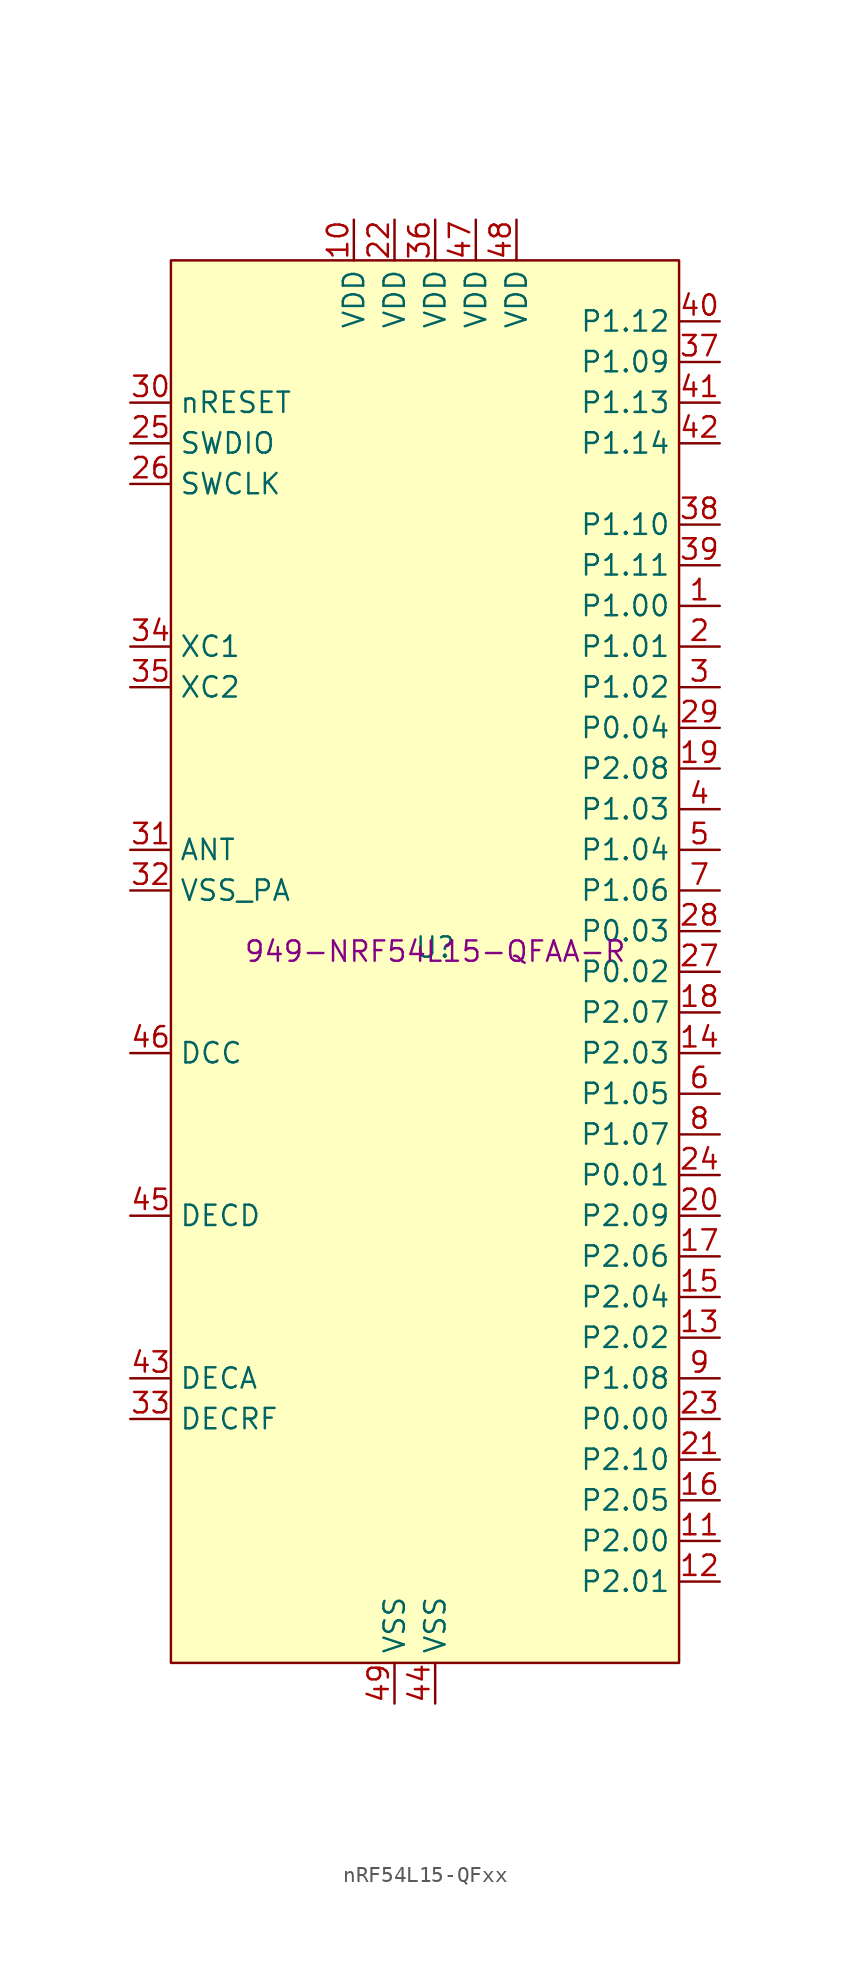
<source format=kicad_sym>
(kicad_symbol_lib
  (version 20231120)
  (generator "kicad_symbol_editor")
  (generator_version "8.0")
  (symbol "nRF54L15-QFxx"
    (property "Reference" "U"
      (at 0 0.254 0)
      (effects (font (size 1.27 1.27))))
    (property "Value" ""
      (at 17.78 21.59 0)
      (effects (font (size 1.27 1.27))))
    (property "MNR" " 949-NRF54L15-QFAA-R "
      (at 0 0 0)
      (effects (font (size 1.27 1.27))))
    (symbol "nRF54L15-QFxx_0_0"
      (pin unspecified line (at 17.78 21.59 180) (length 2.54) (name "P1.00" (effects (font (size 1.27 1.27)))) (number "1" (effects (font (size 1.27 1.27)))))
      (pin unspecified line (at -5.08 45.72 270) (length 2.54) (name "VDD" (effects (font (size 1.27 1.27)))) (number "10" (effects (font (size 1.27 1.27)))))
      (pin unspecified line (at 17.78 -36.83 180) (length 2.54) (name "P2.00" (effects (font (size 1.27 1.27)))) (number "11" (effects (font (size 1.27 1.27)))))
      (pin unspecified line (at 17.78 -39.37 180) (length 2.54) (name "P2.01" (effects (font (size 1.27 1.27)))) (number "12" (effects (font (size 1.27 1.27)))))
      (pin unspecified line (at 17.78 -24.13 180) (length 2.54) (name "P2.02" (effects (font (size 1.27 1.27)))) (number "13" (effects (font (size 1.27 1.27)))))
      (pin unspecified line (at 17.78 -6.35 180) (length 2.54) (name "P2.03" (effects (font (size 1.27 1.27)))) (number "14" (effects (font (size 1.27 1.27)))))
      (pin unspecified line (at 17.78 -21.59 180) (length 2.54) (name "P2.04" (effects (font (size 1.27 1.27)))) (number "15" (effects (font (size 1.27 1.27)))))
      (pin unspecified line (at 17.78 -34.29 180) (length 2.54) (name "P2.05" (effects (font (size 1.27 1.27)))) (number "16" (effects (font (size 1.27 1.27)))))
      (pin unspecified line (at 17.78 -19.05 180) (length 2.54) (name "P2.06" (effects (font (size 1.27 1.27)))) (number "17" (effects (font (size 1.27 1.27)))))
      (pin unspecified line (at 17.78 -3.81 180) (length 2.54) (name "P2.07" (effects (font (size 1.27 1.27)))) (number "18" (effects (font (size 1.27 1.27)))))
      (pin unspecified line (at 17.78 11.43 180) (length 2.54) (name "P2.08" (effects (font (size 1.27 1.27)))) (number "19" (effects (font (size 1.27 1.27)))))
      (pin unspecified line (at 17.78 19.05 180) (length 2.54) (name "P1.01" (effects (font (size 1.27 1.27)))) (number "2" (effects (font (size 1.27 1.27)))))
      (pin unspecified line (at 17.78 -16.51 180) (length 2.54) (name "P2.09" (effects (font (size 1.27 1.27)))) (number "20" (effects (font (size 1.27 1.27)))))
      (pin unspecified line (at 17.78 -31.75 180) (length 2.54) (name "P2.10" (effects (font (size 1.27 1.27)))) (number "21" (effects (font (size 1.27 1.27)))))
      (pin unspecified line (at -2.54 45.72 270) (length 2.54) (name "VDD" (effects (font (size 1.27 1.27)))) (number "22" (effects (font (size 1.27 1.27)))))
      (pin unspecified line (at 17.78 -29.21 180) (length 2.54) (name "P0.00" (effects (font (size 1.27 1.27)))) (number "23" (effects (font (size 1.27 1.27)))))
      (pin unspecified line (at 17.78 -13.97 180) (length 2.54) (name "P0.01" (effects (font (size 1.27 1.27)))) (number "24" (effects (font (size 1.27 1.27)))))
      (pin unspecified line (at -19.05 31.75 0) (length 2.54) (name "SWDIO" (effects (font (size 1.27 1.27)))) (number "25" (effects (font (size 1.27 1.27)))))
      (pin unspecified line (at -19.05 29.21 0) (length 2.54) (name "SWCLK" (effects (font (size 1.27 1.27)))) (number "26" (effects (font (size 1.27 1.27)))))
      (pin unspecified line (at 17.78 -1.27 180) (length 2.54) (name "P0.02" (effects (font (size 1.27 1.27)))) (number "27" (effects (font (size 1.27 1.27)))))
      (pin unspecified line (at 17.78 1.27 180) (length 2.54) (name "P0.03" (effects (font (size 1.27 1.27)))) (number "28" (effects (font (size 1.27 1.27)))))
      (pin unspecified line (at 17.78 13.97 180) (length 2.54) (name "P0.04" (effects (font (size 1.27 1.27)))) (number "29" (effects (font (size 1.27 1.27)))))
      (pin unspecified line (at 17.78 16.51 180) (length 2.54) (name "P1.02" (effects (font (size 1.27 1.27)))) (number "3" (effects (font (size 1.27 1.27)))))
      (pin unspecified line (at -19.05 34.29 0) (length 2.54) (name "nRESET" (effects (font (size 1.27 1.27)))) (number "30" (effects (font (size 1.27 1.27)))))
      (pin unspecified line (at -19.05 6.35 0) (length 2.54) (name "ANT" (effects (font (size 1.27 1.27)))) (number "31" (effects (font (size 1.27 1.27)))))
      (pin unspecified line (at -19.05 3.81 0) (length 2.54) (name "VSS_PA" (effects (font (size 1.27 1.27)))) (number "32" (effects (font (size 1.27 1.27)))))
      (pin unspecified line (at -19.05 -29.21 0) (length 2.54) (name "DECRF" (effects (font (size 1.27 1.27)))) (number "33" (effects (font (size 1.27 1.27)))))
      (pin unspecified line (at -19.05 19.05 0) (length 2.54) (name "XC1" (effects (font (size 1.27 1.27)))) (number "34" (effects (font (size 1.27 1.27)))))
      (pin unspecified line (at -19.05 16.51 0) (length 2.54) (name "XC2" (effects (font (size 1.27 1.27)))) (number "35" (effects (font (size 1.27 1.27)))))
      (pin unspecified line (at 0 45.72 270) (length 2.54) (name "VDD" (effects (font (size 1.27 1.27)))) (number "36" (effects (font (size 1.27 1.27)))))
      (pin unspecified line (at 17.78 36.83 180) (length 2.54) (name "P1.09" (effects (font (size 1.27 1.27)))) (number "37" (effects (font (size 1.27 1.27)))))
      (pin unspecified line (at 17.78 26.67 180) (length 2.54) (name "P1.10" (effects (font (size 1.27 1.27)))) (number "38" (effects (font (size 1.27 1.27)))))
      (pin unspecified line (at 17.78 24.13 180) (length 2.54) (name "P1.11" (effects (font (size 1.27 1.27)))) (number "39" (effects (font (size 1.27 1.27)))))
      (pin unspecified line (at 17.78 8.89 180) (length 2.54) (name "P1.03" (effects (font (size 1.27 1.27)))) (number "4" (effects (font (size 1.27 1.27)))))
      (pin unspecified line (at 17.78 39.37 180) (length 2.54) (name "P1.12" (effects (font (size 1.27 1.27)))) (number "40" (effects (font (size 1.27 1.27)))))
      (pin unspecified line (at 17.78 34.29 180) (length 2.54) (name "P1.13" (effects (font (size 1.27 1.27)))) (number "41" (effects (font (size 1.27 1.27)))))
      (pin unspecified line (at 17.78 31.75 180) (length 2.54) (name "P1.14" (effects (font (size 1.27 1.27)))) (number "42" (effects (font (size 1.27 1.27)))))
      (pin unspecified line (at -19.05 -26.67 0) (length 2.54) (name "DECA" (effects (font (size 1.27 1.27)))) (number "43" (effects (font (size 1.27 1.27)))))
      (pin unspecified line (at 0 -46.99 90) (length 2.54) (name "VSS" (effects (font (size 1.27 1.27)))) (number "44" (effects (font (size 1.27 1.27)))))
      (pin unspecified line (at -19.05 -16.51 0) (length 2.54) (name "DECD" (effects (font (size 1.27 1.27)))) (number "45" (effects (font (size 1.27 1.27)))))
      (pin unspecified line (at -19.05 -6.35 0) (length 2.54) (name "DCC" (effects (font (size 1.27 1.27)))) (number "46" (effects (font (size 1.27 1.27)))))
      (pin unspecified line (at 2.54 45.72 270) (length 2.54) (name "VDD" (effects (font (size 1.27 1.27)))) (number "47" (effects (font (size 1.27 1.27)))))
      (pin unspecified line (at 5.08 45.72 270) (length 2.54) (name "VDD" (effects (font (size 1.27 1.27)))) (number "48" (effects (font (size 1.27 1.27)))))
      (pin unspecified line (at -2.54 -46.99 90) (length 2.54) (name "VSS" (effects (font (size 1.27 1.27)))) (number "49" (effects (font (size 1.27 1.27)))))
      (pin unspecified line (at 17.78 6.35 180) (length 2.54) (name "P1.04" (effects (font (size 1.27 1.27)))) (number "5" (effects (font (size 1.27 1.27)))))
      (pin unspecified line (at 17.78 -8.89 180) (length 2.54) (name "P1.05" (effects (font (size 1.27 1.27)))) (number "6" (effects (font (size 1.27 1.27)))))
      (pin unspecified line (at 17.78 3.81 180) (length 2.54) (name "P1.06" (effects (font (size 1.27 1.27)))) (number "7" (effects (font (size 1.27 1.27)))))
      (pin unspecified line (at 17.78 -11.43 180) (length 2.54) (name "P1.07" (effects (font (size 1.27 1.27)))) (number "8" (effects (font (size 1.27 1.27)))))
      (pin unspecified line (at 17.78 -26.67 180) (length 2.54) (name "P1.08" (effects (font (size 1.27 1.27)))) (number "9" (effects (font (size 1.27 1.27))))))
    (symbol "nRF54L15-QFxx_1_1"
      (rectangle (start -16.51 43.18) (end 15.24 -44.45) (stroke (width 0) (type default)) (fill (type background))))))
</source>
